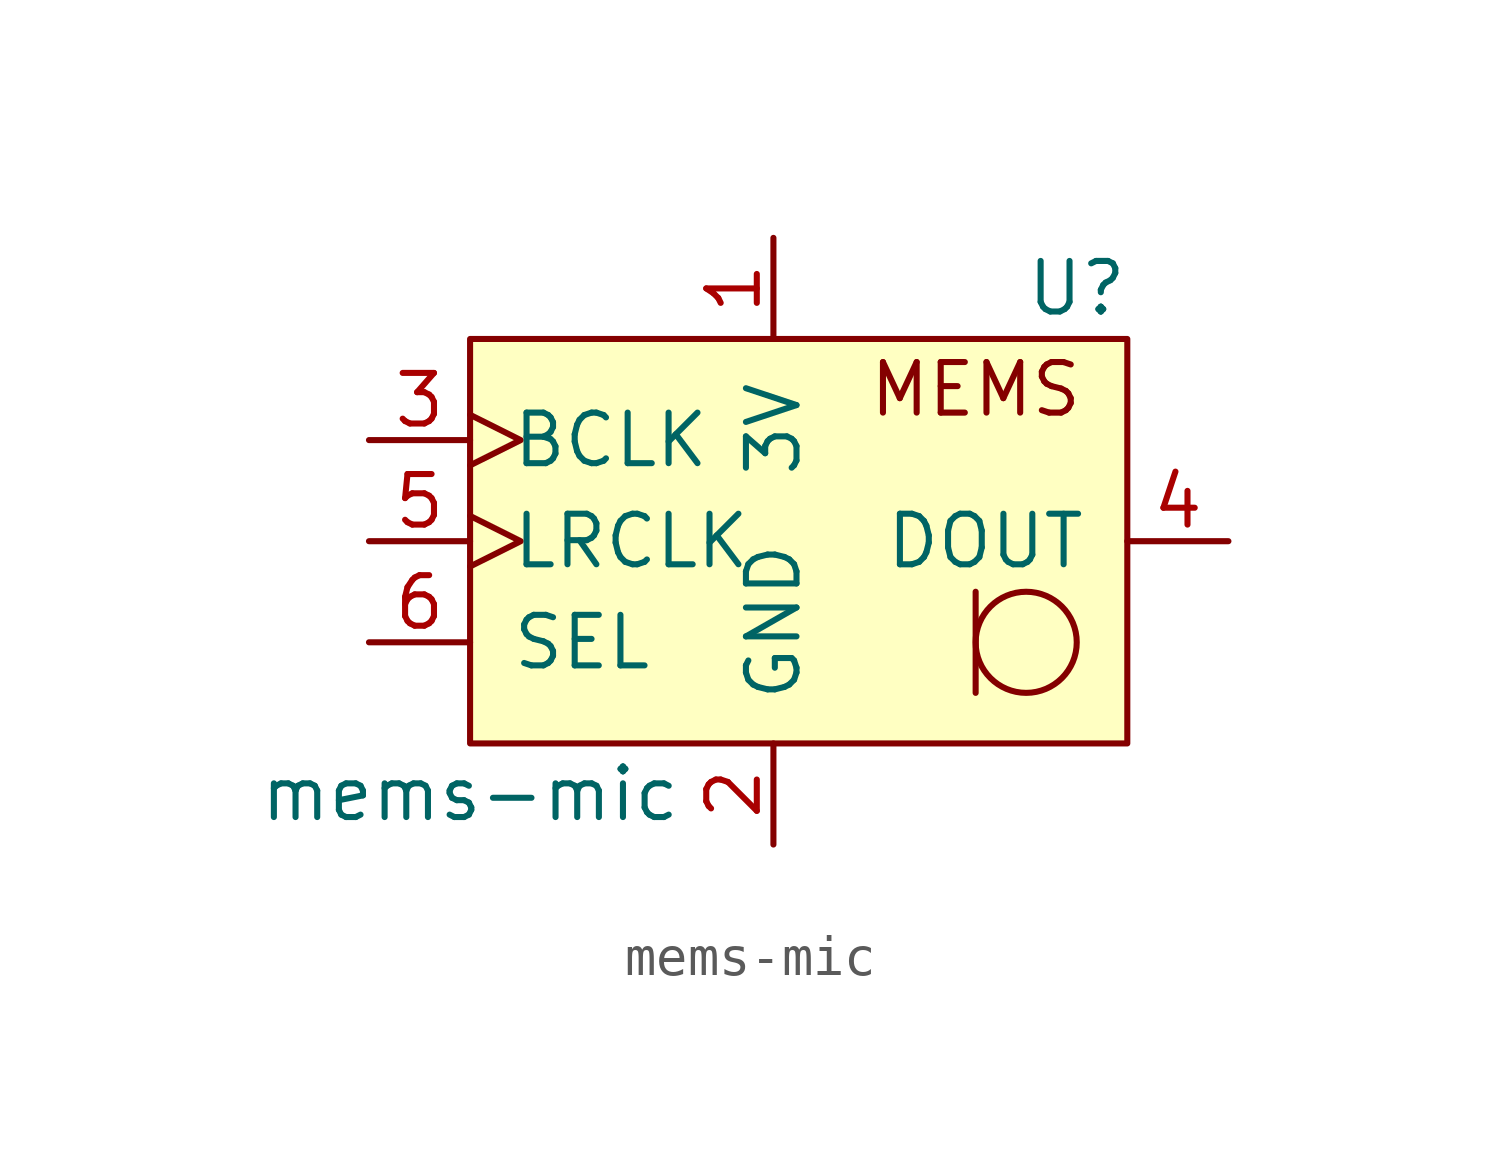
<source format=kicad_sym>
(kicad_symbol_lib
  (version 20220914)
  (generator kicad_symbol_editor)
  (symbol "mems-mic"
    (pin_names
      (offset 1.016))
    (property "Reference" "U"
      (at 7.62 6.35 0)
      (effects (font (size 1.27 1.27))))
    (property "Value" "mems-mic"
      (at -7.62 -6.35 0)
      (effects (font (size 1.27 1.27))))
    (symbol "mems-mic_0_0"
      (text "MEMS" (at 5.08 3.81 0) (effects (font (size 1.27 1.27)))))
    (symbol "mems-mic_0_1"
      (rectangle (start -7.62 5.08) (end 8.89 -5.08) (stroke (width 0) (type default)) (fill (type background)))
      (polyline (pts (xy 5.08 -1.27) (xy 5.08 -3.81)) (stroke (width 0) (type default)) (fill (type none)))
      (circle (center 6.35 -2.54) (radius 1.27) (stroke (width 0) (type default)) (fill (type none))))
    (symbol "mems-mic_1_1"
      (pin power_in line (at 0 7.62 270) (length 2.54) (name "3V" (effects (font (size 1.27 1.27)))) (number "1" (effects (font (size 1.27 1.27)))))
      (pin power_in line (at 0 -7.62 90) (length 2.54) (name "GND" (effects (font (size 1.27 1.27)))) (number "2" (effects (font (size 1.27 1.27)))))
      (pin input clock (at -10.16 2.54 0) (length 2.54) (name "BCLK" (effects (font (size 1.27 1.27)))) (number "3" (effects (font (size 1.27 1.27)))))
      (pin output line (at 11.43 0 180) (length 2.54) (name "DOUT" (effects (font (size 1.27 1.27)))) (number "4" (effects (font (size 1.27 1.27)))))
      (pin input clock (at -10.16 0 0) (length 2.54) (name "LRCLK" (effects (font (size 1.27 1.27)))) (number "5" (effects (font (size 1.27 1.27)))))
      (pin input line (at -10.16 -2.54 0) (length 2.54) (name "SEL" (effects (font (size 1.27 1.27)))) (number "6" (effects (font (size 1.27 1.27))))))))
</source>
